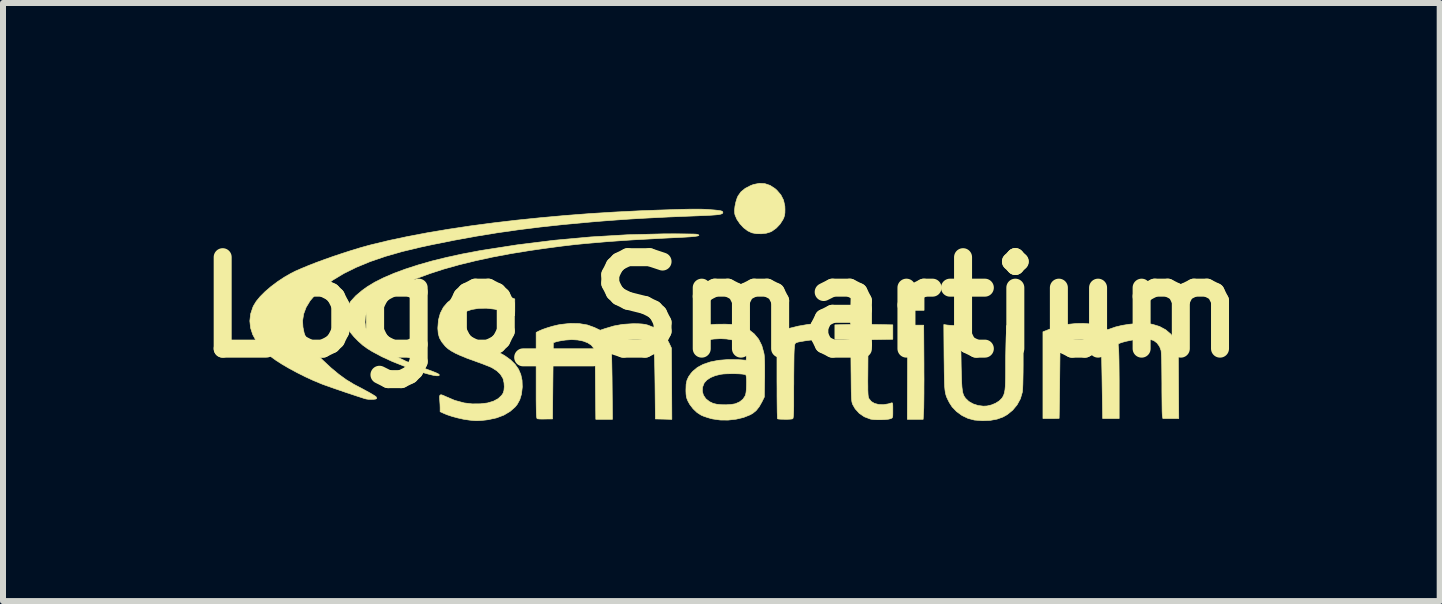
<source format=kicad_pcb>
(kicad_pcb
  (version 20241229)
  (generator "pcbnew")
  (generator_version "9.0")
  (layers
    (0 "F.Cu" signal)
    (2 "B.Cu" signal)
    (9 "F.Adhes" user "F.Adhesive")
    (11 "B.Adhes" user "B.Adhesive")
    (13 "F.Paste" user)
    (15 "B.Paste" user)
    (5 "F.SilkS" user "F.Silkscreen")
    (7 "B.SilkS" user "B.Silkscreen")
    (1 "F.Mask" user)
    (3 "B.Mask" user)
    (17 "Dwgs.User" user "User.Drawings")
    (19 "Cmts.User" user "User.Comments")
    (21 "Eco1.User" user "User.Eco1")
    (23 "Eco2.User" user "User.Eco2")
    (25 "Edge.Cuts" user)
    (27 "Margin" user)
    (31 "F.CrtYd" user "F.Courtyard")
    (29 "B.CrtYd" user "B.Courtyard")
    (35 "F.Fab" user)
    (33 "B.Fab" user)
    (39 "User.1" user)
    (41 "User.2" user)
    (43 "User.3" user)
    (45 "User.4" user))
  (footprint "Logo_Smartium"
    (layer "F.Cu")
    (at 8.97 2.07)
    (property "Reference" "Logo_Smartium" (at 0 0 0) (layer "F.SilkS") (effects (font (size 1.524 1.524) (thickness 0.3))))
    (attr through_hole)
    (fp_poly (pts (xy 3.378 0.051) (xy 3.248 0.051) (xy 3.192 0.05) (xy 3.145 0.047) (xy 3.113 0.044) (xy 3.103 0.041) (xy 3.088 0.018) (xy 3.079 -0.025) (xy 3.076 -0.085) (xy 3.079 -0.156) (xy 3.079 -0.159) (xy 3.088 -0.254) (xy 3.378 -0.254) (xy 3.378 0.051)) (stroke (width 0.01) (type solid)) (fill yes) (layer "F.SilkS"))
    (fp_poly (pts (xy 3.376 0.94) (xy 3.376 1.071) (xy 3.377 1.199) (xy 3.376 1.32) (xy 3.376 1.432) (xy 3.375 1.531) (xy 3.374 1.615) (xy 3.373 1.68) (xy 3.371 1.723) (xy 3.371 1.724) (xy 3.363 1.867) (xy 3.099 1.867) (xy 3.105 0.298) (xy 3.372 0.298) (xy 3.376 0.94)) (stroke (width 0.01) (type solid)) (fill yes) (layer "F.SilkS"))
    (fp_poly (pts (xy 0.725 -2.06) (xy 0.812 -2.031) (xy 0.896 -1.976) (xy 0.925 -1.95) (xy 0.992 -1.872) (xy 1.036 -1.785) (xy 1.058 -1.686) (xy 1.06 -1.632) (xy 1.059 -1.574) (xy 1.053 -1.53) (xy 1.04 -1.49) (xy 1.025 -1.459) (xy 0.978 -1.386) (xy 0.916 -1.32) (xy 0.845 -1.269) (xy 0.817 -1.255) (xy 0.749 -1.234) (xy 0.668 -1.225) (xy 0.585 -1.226) (xy 0.512 -1.24) (xy 0.51 -1.24) (xy 0.44 -1.273) (xy 0.371 -1.325) (xy 0.31 -1.391) (xy 0.26 -1.464) (xy 0.228 -1.538) (xy 0.223 -1.563) (xy 0.22 -1.616) (xy 0.227 -1.683) (xy 0.242 -1.754) (xy 0.263 -1.821) (xy 0.278 -1.854) (xy 0.327 -1.923) (xy 0.399 -1.982) (xy 0.491 -2.029) (xy 0.537 -2.046) (xy 0.633 -2.065) (xy 0.725 -2.06)) (stroke (width 0.01) (type solid)) (fill yes) (layer "F.SilkS"))
    (fp_poly (pts (xy 1.689 0.52) (xy 1.648 0.526) (xy 1.619 0.53) (xy 1.572 0.536) (xy 1.513 0.544) (xy 1.453 0.551) (xy 1.39 0.56) (xy 1.332 0.57) (xy 1.287 0.578) (xy 1.262 0.585) (xy 1.242 0.593) (xy 1.23 0.604) (xy 1.222 0.625) (xy 1.218 0.662) (xy 1.215 0.695) (xy 1.213 0.728) (xy 1.211 0.784) (xy 1.21 0.859) (xy 1.209 0.949) (xy 1.208 1.052) (xy 1.207 1.163) (xy 1.207 1.279) (xy 1.206 1.321) (xy 1.206 1.452) (xy 1.206 1.56) (xy 1.206 1.647) (xy 1.205 1.716) (xy 1.203 1.768) (xy 1.201 1.805) (xy 1.198 1.831) (xy 1.195 1.847) (xy 1.191 1.856) (xy 1.186 1.859) (xy 1.164 1.863) (xy 1.126 1.866) (xy 1.078 1.867) (xy 1.028 1.866) (xy 0.983 1.865) (xy 0.95 1.862) (xy 0.936 1.858) (xy 0.934 1.845) (xy 0.933 1.807) (xy 0.931 1.75) (xy 0.93 1.673) (xy 0.929 1.581) (xy 0.928 1.475) (xy 0.928 1.357) (xy 0.927 1.229) (xy 0.927 1.135) (xy 0.927 0.421) (xy 0.994 0.396) (xy 1.132 0.351) (xy 1.284 0.314) (xy 1.439 0.287) (xy 1.572 0.272) (xy 1.689 0.264) (xy 1.689 0.52)) (stroke (width 0.01) (type solid)) (fill yes) (layer "F.SilkS"))
    (fp_poly (pts (xy 2.419 -0.172) (xy 2.426 -0.169) (xy 2.43 -0.154) (xy 2.434 -0.117) (xy 2.437 -0.063) (xy 2.44 0.003) (xy 2.441 0.064) (xy 2.445 0.286) (xy 2.651 0.289) (xy 2.857 0.293) (xy 2.857 0.533) (xy 2.445 0.54) (xy 2.442 1.01) (xy 2.441 1.133) (xy 2.44 1.233) (xy 2.441 1.313) (xy 2.441 1.375) (xy 2.443 1.423) (xy 2.445 1.458) (xy 2.448 1.484) (xy 2.452 1.503) (xy 2.458 1.518) (xy 2.461 1.524) (xy 2.498 1.57) (xy 2.552 1.602) (xy 2.621 1.62) (xy 2.699 1.623) (xy 2.782 1.61) (xy 2.837 1.593) (xy 2.846 1.592) (xy 2.852 1.6) (xy 2.856 1.622) (xy 2.857 1.662) (xy 2.857 1.713) (xy 2.857 1.772) (xy 2.856 1.81) (xy 2.852 1.832) (xy 2.844 1.845) (xy 2.831 1.852) (xy 2.823 1.856) (xy 2.785 1.865) (xy 2.73 1.871) (xy 2.665 1.874) (xy 2.598 1.874) (xy 2.536 1.871) (xy 2.487 1.864) (xy 2.481 1.862) (xy 2.383 1.825) (xy 2.299 1.768) (xy 2.231 1.693) (xy 2.192 1.626) (xy 2.185 1.611) (xy 2.18 1.594) (xy 2.175 1.574) (xy 2.172 1.548) (xy 2.169 1.514) (xy 2.167 1.467) (xy 2.165 1.407) (xy 2.164 1.331) (xy 2.163 1.235) (xy 2.162 1.118) (xy 2.161 1.059) (xy 2.157 0.549) (xy 2.111 0.541) (xy 2.073 0.537) (xy 2.022 0.534) (xy 1.978 0.534) (xy 1.892 0.533) (xy 1.892 0.293) (xy 2.153 0.286) (xy 2.156 0.062) (xy 2.16 -0.162) (xy 2.287 -0.172) (xy 2.344 -0.174) (xy 2.389 -0.175) (xy 2.419 -0.172)) (stroke (width 0.01) (type solid)) (fill yes) (layer "F.SilkS"))
    (fp_poly (pts (xy 3.766 0.297) (xy 3.814 0.301) (xy 3.871 0.304) (xy 3.905 0.305) (xy 3.984 0.305) (xy 3.994 0.834) (xy 3.996 0.974) (xy 3.999 1.09) (xy 4.002 1.186) (xy 4.005 1.265) (xy 4.009 1.327) (xy 4.015 1.377) (xy 4.021 1.416) (xy 4.03 1.447) (xy 4.04 1.472) (xy 4.052 1.493) (xy 4.067 1.514) (xy 4.07 1.518) (xy 4.124 1.57) (xy 4.195 1.61) (xy 4.278 1.637) (xy 4.366 1.648) (xy 4.427 1.645) (xy 4.5 1.628) (xy 4.57 1.599) (xy 4.63 1.561) (xy 4.674 1.517) (xy 4.678 1.512) (xy 4.695 1.484) (xy 4.708 1.455) (xy 4.718 1.421) (xy 4.726 1.378) (xy 4.731 1.325) (xy 4.734 1.257) (xy 4.736 1.171) (xy 4.737 1.063) (xy 4.737 1.029) (xy 4.737 0.926) (xy 4.738 0.818) (xy 4.74 0.713) (xy 4.742 0.616) (xy 4.744 0.535) (xy 4.745 0.505) (xy 4.754 0.305) (xy 5.029 0.305) (xy 5.029 0.823) (xy 5.029 0.962) (xy 5.028 1.087) (xy 5.026 1.195) (xy 5.024 1.285) (xy 5.021 1.354) (xy 5.017 1.401) (xy 5.015 1.416) (xy 4.983 1.525) (xy 4.928 1.626) (xy 4.854 1.715) (xy 4.763 1.789) (xy 4.694 1.828) (xy 4.594 1.864) (xy 4.479 1.885) (xy 4.352 1.89) (xy 4.22 1.88) (xy 4.214 1.879) (xy 4.111 1.852) (xy 4.011 1.804) (xy 3.921 1.739) (xy 3.846 1.661) (xy 3.8 1.59) (xy 3.781 1.553) (xy 3.765 1.52) (xy 3.751 1.489) (xy 3.741 1.456) (xy 3.732 1.418) (xy 3.726 1.374) (xy 3.721 1.32) (xy 3.718 1.255) (xy 3.716 1.174) (xy 3.714 1.075) (xy 3.713 0.956) (xy 3.711 0.833) (xy 3.707 0.288) (xy 3.766 0.297)) (stroke (width 0.01) (type solid)) (fill yes) (layer "F.SilkS"))
    (fp_poly (pts (xy -2.369 0.272) (xy -2.232 0.295) (xy -2.11 0.339) (xy -2.101 0.344) (xy -2.019 0.383) (xy -1.943 0.357) (xy -1.792 0.312) (xy -1.645 0.285) (xy -1.491 0.275) (xy -1.467 0.274) (xy -1.384 0.275) (xy -1.32 0.279) (xy -1.269 0.286) (xy -1.226 0.297) (xy -1.112 0.342) (xy -1.018 0.403) (xy -0.94 0.482) (xy -0.879 0.58) (xy -0.872 0.594) (xy -0.832 0.679) (xy -0.828 1.274) (xy -0.825 1.868) (xy -0.962 1.864) (xy -1.099 1.861) (xy -1.105 1.295) (xy -1.107 1.155) (xy -1.109 1.038) (xy -1.111 0.941) (xy -1.113 0.863) (xy -1.116 0.8) (xy -1.121 0.751) (xy -1.127 0.712) (xy -1.134 0.683) (xy -1.144 0.66) (xy -1.155 0.641) (xy -1.17 0.623) (xy -1.187 0.604) (xy -1.189 0.602) (xy -1.235 0.569) (xy -1.301 0.548) (xy -1.383 0.537) (xy -1.478 0.537) (xy -1.582 0.548) (xy -1.692 0.571) (xy -1.695 0.571) (xy -1.759 0.589) (xy -1.801 0.603) (xy -1.826 0.617) (xy -1.837 0.633) (xy -1.836 0.652) (xy -1.835 0.658) (xy -1.833 0.678) (xy -1.831 0.72) (xy -1.829 0.782) (xy -1.827 0.861) (xy -1.825 0.955) (xy -1.823 1.061) (xy -1.821 1.176) (xy -1.82 1.28) (xy -1.814 1.867) (xy -2.092 1.867) (xy -2.098 1.298) (xy -2.099 1.163) (xy -2.1 1.051) (xy -2.101 0.959) (xy -2.103 0.886) (xy -2.104 0.828) (xy -2.107 0.784) (xy -2.109 0.751) (xy -2.113 0.726) (xy -2.117 0.708) (xy -2.122 0.693) (xy -2.128 0.68) (xy -2.129 0.679) (xy -2.167 0.631) (xy -2.227 0.592) (xy -2.303 0.563) (xy -2.393 0.545) (xy -2.494 0.539) (xy -2.596 0.546) (xy -2.653 0.554) (xy -2.706 0.564) (xy -2.746 0.573) (xy -2.753 0.575) (xy -2.8 0.591) (xy -2.807 1.226) (xy -2.813 1.861) (xy -2.927 1.862) (xy -2.981 1.863) (xy -3.027 1.862) (xy -3.057 1.859) (xy -3.064 1.858) (xy -3.069 1.856) (xy -3.073 1.85) (xy -3.076 1.838) (xy -3.079 1.819) (xy -3.081 1.791) (xy -3.083 1.751) (xy -3.084 1.697) (xy -3.085 1.629) (xy -3.086 1.543) (xy -3.086 1.438) (xy -3.086 1.312) (xy -3.086 1.163) (xy -3.086 0.42) (xy -3.038 0.395) (xy -2.977 0.369) (xy -2.899 0.342) (xy -2.812 0.316) (xy -2.724 0.295) (xy -2.675 0.286) (xy -2.517 0.269) (xy -2.369 0.272)) (stroke (width 0.01) (type solid)) (fill yes) (layer "F.SilkS"))
    (fp_poly (pts (xy -3.873 -0.252) (xy -3.755 -0.237) (xy -3.642 -0.211) (xy -3.54 -0.176) (xy -3.442 -0.138) (xy -3.442 0.001) (xy -3.442 0.057) (xy -3.443 0.102) (xy -3.445 0.131) (xy -3.446 0.14) (xy -3.46 0.135) (xy -3.489 0.123) (xy -3.52 0.109) (xy -3.649 0.062) (xy -3.782 0.031) (xy -3.914 0.016) (xy -4.041 0.018) (xy -4.159 0.037) (xy -4.244 0.066) (xy -4.309 0.106) (xy -4.362 0.161) (xy -4.399 0.226) (xy -4.417 0.296) (xy -4.416 0.35) (xy -4.4 0.4) (xy -4.37 0.445) (xy -4.322 0.487) (xy -4.256 0.527) (xy -4.169 0.567) (xy -4.058 0.609) (xy -4.04 0.615) (xy -3.873 0.677) (xy -3.73 0.74) (xy -3.611 0.806) (xy -3.513 0.876) (xy -3.437 0.951) (xy -3.38 1.032) (xy -3.342 1.12) (xy -3.321 1.216) (xy -3.317 1.322) (xy -3.318 1.34) (xy -3.331 1.449) (xy -3.359 1.541) (xy -3.402 1.619) (xy -3.435 1.66) (xy -3.52 1.735) (xy -3.624 1.797) (xy -3.746 1.843) (xy -3.884 1.873) (xy -3.929 1.879) (xy -3.994 1.886) (xy -4.044 1.889) (xy -4.087 1.89) (xy -4.134 1.887) (xy -4.193 1.881) (xy -4.215 1.878) (xy -4.299 1.865) (xy -4.393 1.844) (xy -4.486 1.819) (xy -4.57 1.791) (xy -4.614 1.773) (xy -4.686 1.741) (xy -4.686 1.674) (xy -4.688 1.619) (xy -4.692 1.561) (xy -4.693 1.543) (xy -4.696 1.494) (xy -4.69 1.466) (xy -4.672 1.457) (xy -4.638 1.467) (xy -4.599 1.485) (xy -4.442 1.552) (xy -4.286 1.594) (xy -4.152 1.61) (xy -4.016 1.609) (xy -3.898 1.595) (xy -3.799 1.566) (xy -3.719 1.523) (xy -3.66 1.467) (xy -3.636 1.43) (xy -3.622 1.384) (xy -3.617 1.324) (xy -3.621 1.26) (xy -3.634 1.201) (xy -3.642 1.179) (xy -3.682 1.116) (xy -3.742 1.058) (xy -3.818 1.01) (xy -3.837 1) (xy -3.872 0.985) (xy -3.926 0.964) (xy -3.992 0.938) (xy -4.065 0.912) (xy -4.108 0.896) (xy -4.236 0.85) (xy -4.342 0.807) (xy -4.428 0.768) (xy -4.497 0.73) (xy -4.552 0.693) (xy -4.595 0.655) (xy -4.604 0.645) (xy -4.66 0.576) (xy -4.697 0.51) (xy -4.717 0.439) (xy -4.724 0.357) (xy -4.724 0.341) (xy -4.714 0.213) (xy -4.683 0.1) (xy -4.632 0.001) (xy -4.561 -0.082) (xy -4.471 -0.15) (xy -4.362 -0.201) (xy -4.235 -0.236) (xy -4.09 -0.254) (xy -4.007 -0.256) (xy -3.873 -0.252)) (stroke (width 0.01) (type solid)) (fill yes) (layer "F.SilkS"))
    (fp_poly (pts (xy -0.693 -1.223) (xy -0.603 -1.222) (xy -0.525 -1.221) (xy -0.463 -1.22) (xy -0.421 -1.218) (xy -0.401 -1.215) (xy -0.376 -1.205) (xy -0.374 -1.196) (xy -0.396 -1.188) (xy -0.442 -1.181) (xy -0.514 -1.174) (xy -0.61 -1.168) (xy -0.63 -1.167) (xy -0.834 -1.157) (xy -1.015 -1.148) (xy -1.178 -1.139) (xy -1.324 -1.131) (xy -1.456 -1.124) (xy -1.579 -1.116) (xy -1.695 -1.108) (xy -1.806 -1.1) (xy -1.917 -1.092) (xy -2.03 -1.082) (xy -2.148 -1.072) (xy -2.275 -1.061) (xy -2.343 -1.054) (xy -2.427 -1.046) (xy -2.53 -1.034) (xy -2.649 -1.02) (xy -2.778 -1.003) (xy -2.913 -0.985) (xy -3.048 -0.966) (xy -3.178 -0.947) (xy -3.181 -0.947) (xy -3.501 -0.895) (xy -3.806 -0.838) (xy -4.096 -0.775) (xy -4.37 -0.708) (xy -4.627 -0.636) (xy -4.864 -0.559) (xy -5.081 -0.479) (xy -5.277 -0.396) (xy -5.451 -0.31) (xy -5.6 -0.221) (xy -5.613 -0.212) (xy -5.686 -0.159) (xy -5.756 -0.099) (xy -5.818 -0.037) (xy -5.869 0.023) (xy -5.904 0.075) (xy -5.909 0.085) (xy -5.932 0.162) (xy -5.938 0.249) (xy -5.927 0.337) (xy -5.903 0.408) (xy -5.861 0.476) (xy -5.798 0.548) (xy -5.716 0.622) (xy -5.618 0.696) (xy -5.506 0.768) (xy -5.385 0.837) (xy -5.257 0.899) (xy -5.124 0.954) (xy -5.099 0.963) (xy -4.99 1.003) (xy -4.903 1.035) (xy -4.834 1.06) (xy -4.783 1.08) (xy -4.747 1.095) (xy -4.722 1.107) (xy -4.708 1.116) (xy -4.701 1.124) (xy -4.699 1.131) (xy -4.711 1.141) (xy -4.744 1.142) (xy -4.799 1.134) (xy -4.874 1.116) (xy -4.968 1.09) (xy -5.036 1.069) (xy -5.266 0.989) (xy -5.475 0.907) (xy -5.66 0.822) (xy -5.822 0.735) (xy -5.898 0.688) (xy -5.974 0.633) (xy -6.049 0.566) (xy -6.119 0.495) (xy -6.178 0.424) (xy -6.22 0.36) (xy -6.222 0.357) (xy -6.26 0.263) (xy -6.275 0.171) (xy -6.266 0.08) (xy -6.232 -0.011) (xy -6.174 -0.101) (xy -6.092 -0.191) (xy -5.984 -0.282) (xy -5.899 -0.343) (xy -5.773 -0.419) (xy -5.623 -0.494) (xy -5.452 -0.567) (xy -5.26 -0.638) (xy -5.049 -0.706) (xy -4.821 -0.771) (xy -4.577 -0.831) (xy -4.32 -0.887) (xy -4.051 -0.938) (xy -4.013 -0.945) (xy -3.402 -1.04) (xy -2.788 -1.116) (xy -2.175 -1.172) (xy -1.567 -1.208) (xy -0.969 -1.223) (xy -0.902 -1.223) (xy -0.794 -1.224) (xy -0.693 -1.223)) (stroke (width 0.01) (type solid)) (fill yes) (layer "F.SilkS"))
    (fp_poly (pts (xy 6.135 0.277) (xy 6.226 0.295) (xy 6.311 0.325) (xy 6.337 0.337) (xy 6.383 0.359) (xy 6.413 0.37) (xy 6.435 0.373) (xy 6.456 0.368) (xy 6.475 0.361) (xy 6.566 0.329) (xy 6.674 0.303) (xy 6.79 0.284) (xy 6.909 0.273) (xy 7.022 0.269) (xy 7.124 0.274) (xy 7.184 0.284) (xy 7.302 0.32) (xy 7.404 0.375) (xy 7.49 0.448) (xy 7.557 0.538) (xy 7.579 0.581) (xy 7.614 0.654) (xy 7.618 1.254) (xy 7.622 1.854) (xy 7.357 1.854) (xy 7.349 1.807) (xy 7.347 1.783) (xy 7.345 1.738) (xy 7.344 1.673) (xy 7.343 1.592) (xy 7.342 1.499) (xy 7.341 1.395) (xy 7.341 1.286) (xy 7.341 1.275) (xy 7.34 1.158) (xy 7.339 1.049) (xy 7.338 0.951) (xy 7.336 0.865) (xy 7.333 0.797) (xy 7.33 0.748) (xy 7.328 0.723) (xy 7.303 0.655) (xy 7.26 0.596) (xy 7.208 0.556) (xy 7.17 0.543) (xy 7.113 0.535) (xy 7.044 0.531) (xy 6.97 0.532) (xy 6.922 0.535) (xy 6.864 0.543) (xy 6.801 0.555) (xy 6.74 0.568) (xy 6.685 0.583) (xy 6.643 0.597) (xy 6.618 0.609) (xy 6.615 0.612) (xy 6.613 0.631) (xy 6.616 0.664) (xy 6.618 0.677) (xy 6.62 0.701) (xy 6.622 0.747) (xy 6.624 0.813) (xy 6.626 0.895) (xy 6.627 0.992) (xy 6.628 1.099) (xy 6.629 1.215) (xy 6.629 1.292) (xy 6.629 1.854) (xy 6.354 1.854) (xy 6.345 1.292) (xy 6.343 1.158) (xy 6.341 1.047) (xy 6.339 0.956) (xy 6.338 0.883) (xy 6.335 0.826) (xy 6.333 0.783) (xy 6.33 0.75) (xy 6.326 0.725) (xy 6.322 0.707) (xy 6.316 0.691) (xy 6.31 0.677) (xy 6.308 0.673) (xy 6.262 0.611) (xy 6.199 0.566) (xy 6.142 0.545) (xy 6.103 0.539) (xy 6.045 0.536) (xy 5.975 0.536) (xy 5.901 0.539) (xy 5.828 0.543) (xy 5.764 0.55) (xy 5.714 0.559) (xy 5.709 0.561) (xy 5.645 0.578) (xy 5.638 1.213) (xy 5.637 1.337) (xy 5.635 1.454) (xy 5.634 1.56) (xy 5.632 1.653) (xy 5.631 1.731) (xy 5.63 1.792) (xy 5.629 1.832) (xy 5.629 1.85) (xy 5.629 1.851) (xy 5.616 1.852) (xy 5.583 1.853) (xy 5.535 1.854) (xy 5.493 1.854) (xy 5.359 1.854) (xy 5.359 0.409) (xy 5.458 0.37) (xy 5.605 0.319) (xy 5.752 0.287) (xy 5.909 0.271) (xy 5.912 0.271) (xy 6.032 0.269) (xy 6.135 0.277)) (stroke (width 0.01) (type solid)) (fill yes) (layer "F.SilkS"))
    (fp_poly (pts (xy 0.067 0.282) (xy 0.149 0.285) (xy 0.211 0.288) (xy 0.257 0.293) (xy 0.294 0.299) (xy 0.326 0.309) (xy 0.346 0.316) (xy 0.457 0.372) (xy 0.548 0.444) (xy 0.621 0.532) (xy 0.674 0.638) (xy 0.708 0.76) (xy 0.714 0.794) (xy 0.717 0.833) (xy 0.72 0.893) (xy 0.722 0.969) (xy 0.722 1.056) (xy 0.722 1.149) (xy 0.721 1.19) (xy 0.716 1.496) (xy 0.676 1.577) (xy 0.63 1.658) (xy 0.581 1.72) (xy 0.525 1.766) (xy 0.48 1.792) (xy 0.37 1.836) (xy 0.246 1.865) (xy 0.114 1.88) (xy -0.018 1.879) (xy -0.144 1.861) (xy -0.178 1.853) (xy -0.235 1.836) (xy -0.294 1.816) (xy -0.338 1.797) (xy -0.406 1.753) (xy -0.47 1.692) (xy -0.526 1.619) (xy -0.556 1.565) (xy -0.573 1.525) (xy -0.583 1.489) (xy -0.588 1.446) (xy -0.59 1.4) (xy -0.317 1.4) (xy -0.299 1.465) (xy -0.259 1.524) (xy -0.201 1.571) (xy -0.137 1.602) (xy -0.077 1.616) (xy -0.001 1.624) (xy 0.082 1.625) (xy 0.161 1.62) (xy 0.228 1.609) (xy 0.238 1.606) (xy 0.305 1.576) (xy 0.36 1.532) (xy 0.396 1.478) (xy 0.405 1.454) (xy 0.412 1.416) (xy 0.417 1.364) (xy 0.419 1.306) (xy 0.42 1.247) (xy 0.419 1.194) (xy 0.415 1.152) (xy 0.409 1.128) (xy 0.407 1.126) (xy 0.388 1.119) (xy 0.348 1.113) (xy 0.294 1.109) (xy 0.231 1.107) (xy 0.163 1.107) (xy 0.097 1.108) (xy 0.037 1.111) (xy -0.01 1.117) (xy -0.011 1.117) (xy -0.101 1.139) (xy -0.179 1.171) (xy -0.241 1.212) (xy -0.284 1.259) (xy -0.286 1.262) (xy -0.313 1.331) (xy -0.317 1.4) (xy -0.59 1.4) (xy -0.59 1.39) (xy -0.59 1.372) (xy -0.587 1.286) (xy -0.573 1.218) (xy -0.546 1.158) (xy -0.504 1.099) (xy -0.476 1.067) (xy -0.398 1.002) (xy -0.3 0.95) (xy -0.183 0.911) (xy -0.047 0.884) (xy 0.105 0.872) (xy 0.271 0.873) (xy 0.324 0.876) (xy 0.413 0.883) (xy 0.417 0.841) (xy 0.412 0.773) (xy 0.386 0.705) (xy 0.344 0.642) (xy 0.289 0.59) (xy 0.25 0.567) (xy 0.177 0.543) (xy 0.087 0.528) (xy -0.016 0.523) (xy -0.125 0.529) (xy -0.235 0.545) (xy -0.297 0.558) (xy -0.346 0.571) (xy -0.387 0.58) (xy -0.412 0.584) (xy -0.415 0.584) (xy -0.423 0.578) (xy -0.429 0.556) (xy -0.431 0.516) (xy -0.432 0.469) (xy -0.432 0.354) (xy -0.39 0.337) (xy -0.306 0.31) (xy -0.205 0.292) (xy -0.085 0.283) (xy 0.057 0.282) (xy 0.067 0.282)) (stroke (width 0.01) (type solid)) (fill yes) (layer "F.SilkS"))
    (fp_poly (pts (xy -0.389 -1.635) (xy -0.324 -1.634) (xy -0.266 -1.632) (xy -0.213 -1.629) (xy -0.196 -1.627) (xy -0.116 -1.621) (xy -0.057 -1.615) (xy -0.017 -1.609) (xy 0.008 -1.602) (xy 0.021 -1.593) (xy 0.025 -1.582) (xy 0.025 -1.579) (xy 0.022 -1.568) (xy 0.01 -1.559) (xy -0.012 -1.551) (xy -0.047 -1.544) (xy -0.098 -1.539) (xy -0.167 -1.534) (xy -0.256 -1.529) (xy -0.367 -1.525) (xy -0.385 -1.524) (xy -0.645 -1.514) (xy -0.884 -1.504) (xy -1.107 -1.493) (xy -1.318 -1.482) (xy -1.522 -1.47) (xy -1.724 -1.456) (xy -1.928 -1.441) (xy -2.138 -1.424) (xy -2.235 -1.415) (xy -2.636 -1.378) (xy -3.017 -1.337) (xy -3.384 -1.291) (xy -3.741 -1.24) (xy -4.096 -1.182) (xy -4.452 -1.117) (xy -4.816 -1.044) (xy -5.016 -1.001) (xy -5.319 -0.928) (xy -5.598 -0.848) (xy -5.852 -0.761) (xy -6.082 -0.666) (xy -6.289 -0.564) (xy -6.472 -0.454) (xy -6.63 -0.337) (xy -6.762 -0.215) (xy -6.853 -0.108) (xy -6.919 0.001) (xy -6.96 0.111) (xy -6.978 0.224) (xy -6.972 0.331) (xy -6.952 0.428) (xy -6.92 0.519) (xy -6.874 0.607) (xy -6.811 0.698) (xy -6.729 0.793) (xy -6.644 0.879) (xy -6.506 1.008) (xy -6.376 1.116) (xy -6.251 1.207) (xy -6.129 1.281) (xy -6.09 1.302) (xy -6.001 1.348) (xy -5.922 1.391) (xy -5.854 1.428) (xy -5.802 1.459) (xy -5.767 1.481) (xy -5.753 1.492) (xy -5.744 1.514) (xy -5.746 1.523) (xy -5.762 1.53) (xy -5.795 1.534) (xy -5.837 1.535) (xy -5.88 1.534) (xy -5.915 1.529) (xy -5.921 1.528) (xy -5.956 1.518) (xy -6.011 1.5) (xy -6.082 1.477) (xy -6.163 1.45) (xy -6.251 1.421) (xy -6.341 1.39) (xy -6.429 1.36) (xy -6.511 1.331) (xy -6.582 1.306) (xy -6.638 1.286) (xy -6.661 1.277) (xy -6.794 1.222) (xy -6.929 1.16) (xy -7.063 1.093) (xy -7.192 1.024) (xy -7.311 0.955) (xy -7.416 0.888) (xy -7.504 0.825) (xy -7.547 0.79) (xy -7.659 0.681) (xy -7.746 0.57) (xy -7.808 0.457) (xy -7.845 0.343) (xy -7.857 0.228) (xy -7.844 0.112) (xy -7.805 -0.004) (xy -7.795 -0.025) (xy -7.75 -0.099) (xy -7.685 -0.178) (xy -7.602 -0.261) (xy -7.504 -0.345) (xy -7.395 -0.427) (xy -7.278 -0.504) (xy -7.175 -0.563) (xy -7.096 -0.603) (xy -6.995 -0.647) (xy -6.877 -0.696) (xy -6.746 -0.747) (xy -6.604 -0.799) (xy -6.457 -0.851) (xy -6.306 -0.901) (xy -6.157 -0.949) (xy -6.012 -0.993) (xy -5.875 -1.031) (xy -5.813 -1.047) (xy -5.529 -1.115) (xy -5.222 -1.18) (xy -4.894 -1.242) (xy -4.548 -1.3) (xy -4.184 -1.355) (xy -3.806 -1.405) (xy -3.415 -1.451) (xy -3.014 -1.492) (xy -2.604 -1.529) (xy -2.188 -1.561) (xy -1.768 -1.587) (xy -1.347 -1.608) (xy -1.232 -1.612) (xy -1.054 -1.619) (xy -0.899 -1.624) (xy -0.764 -1.629) (xy -0.648 -1.632) (xy -0.549 -1.634) (xy -0.463 -1.635) (xy -0.389 -1.635)) (stroke (width 0.01) (type solid)) (fill yes) (layer "F.SilkS")))
  (gr_rect
    (start -3 -3)
    (end 20.94 6.966)
    (stroke (width 0.1) (type default))
    (fill no)
    (layer "Edge.Cuts")))
</source>
